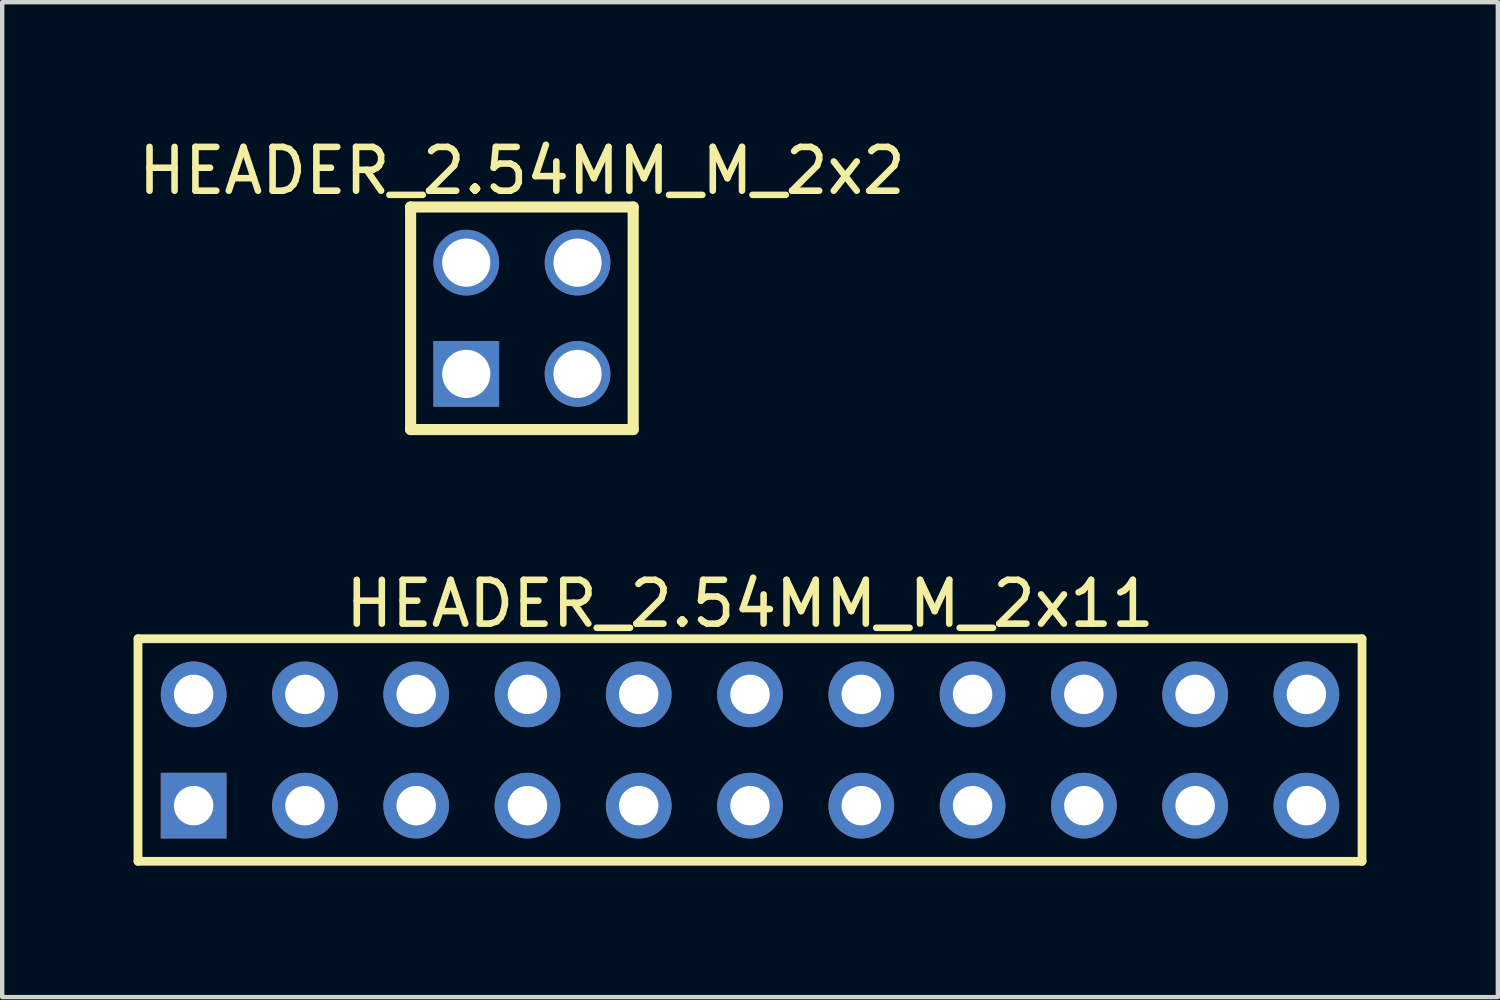
<source format=kicad_pcb>
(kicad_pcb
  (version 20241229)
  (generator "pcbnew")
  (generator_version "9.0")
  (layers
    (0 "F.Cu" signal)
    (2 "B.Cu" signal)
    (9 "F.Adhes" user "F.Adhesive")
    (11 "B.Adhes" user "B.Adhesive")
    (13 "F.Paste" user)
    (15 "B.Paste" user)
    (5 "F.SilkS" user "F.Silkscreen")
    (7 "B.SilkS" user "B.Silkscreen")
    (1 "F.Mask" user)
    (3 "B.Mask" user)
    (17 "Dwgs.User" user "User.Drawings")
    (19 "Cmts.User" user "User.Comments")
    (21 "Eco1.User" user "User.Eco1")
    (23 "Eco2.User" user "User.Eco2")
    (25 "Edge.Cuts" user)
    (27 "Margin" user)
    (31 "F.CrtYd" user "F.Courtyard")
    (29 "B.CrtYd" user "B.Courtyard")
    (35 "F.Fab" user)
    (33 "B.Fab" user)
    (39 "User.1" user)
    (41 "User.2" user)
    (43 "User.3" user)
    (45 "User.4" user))
  (footprint "HEADER_2.54MM_M_2x11"
    (layer "F.Cu")
    (at 14.07 14.07)
    (property "Reference" "HEADER_2.54MM_M_2x11" (at 0.00008 -3.34 0) (layer "F.SilkS") (effects (font (size 1 1) (thickness 0.15))))
    (fp_line (start -13.97 -2.54) (end 13.97 -2.54) (stroke (width 0.2) (type solid)) (layer "F.SilkS"))
    (fp_line (start -13.97 2.54) (end -13.97 -2.54) (stroke (width 0.2) (type solid)) (layer "F.SilkS"))
    (fp_line (start -13.97 2.54) (end 13.97 2.54) (stroke (width 0.2) (type solid)) (layer "F.SilkS"))
    (fp_line (start 13.97 2.54) (end 13.97 -2.54) (stroke (width 0.2) (type solid)) (layer "F.SilkS"))
    (pad "1" thru_hole rect (at -12.7 1.27) (size 1.5 1.5) (drill 0.9) (layers "*.Cu" "*.Mask"))
    (pad "2" thru_hole circle (at -12.7 -1.27) (size 1.5 1.5) (drill 0.9) (layers "*.Cu" "*.Mask"))
    (pad "3" thru_hole circle (at -10.16 1.27) (size 1.5 1.5) (drill 0.9) (layers "*.Cu" "*.Mask"))
    (pad "4" thru_hole circle (at -10.16 -1.27) (size 1.5 1.5) (drill 0.9) (layers "*.Cu" "*.Mask"))
    (pad "5" thru_hole circle (at -7.62 1.27) (size 1.5 1.5) (drill 0.9) (layers "*.Cu" "*.Mask"))
    (pad "6" thru_hole circle (at -7.62 -1.27) (size 1.5 1.5) (drill 0.9) (layers "*.Cu" "*.Mask"))
    (pad "7" thru_hole circle (at -5.08 1.27) (size 1.5 1.5) (drill 0.9) (layers "*.Cu" "*.Mask"))
    (pad "8" thru_hole circle (at -5.08 -1.27) (size 1.5 1.5) (drill 0.9) (layers "*.Cu" "*.Mask"))
    (pad "9" thru_hole circle (at -2.54 1.27) (size 1.5 1.5) (drill 0.9) (layers "*.Cu" "*.Mask"))
    (pad "10" thru_hole circle (at -2.54 -1.27) (size 1.5 1.5) (drill 0.9) (layers "*.Cu" "*.Mask"))
    (pad "11" thru_hole circle (at 0 1.27) (size 1.5 1.5) (drill 0.9) (layers "*.Cu" "*.Mask"))
    (pad "12" thru_hole circle (at 0 -1.27) (size 1.5 1.5) (drill 0.9) (layers "*.Cu" "*.Mask"))
    (pad "13" thru_hole circle (at 2.54 1.27) (size 1.5 1.5) (drill 0.9) (layers "*.Cu" "*.Mask"))
    (pad "14" thru_hole circle (at 2.54 -1.27) (size 1.5 1.5) (drill 0.9) (layers "*.Cu" "*.Mask"))
    (pad "15" thru_hole circle (at 5.08 1.27) (size 1.5 1.5) (drill 0.9) (layers "*.Cu" "*.Mask"))
    (pad "16" thru_hole circle (at 5.08 -1.27) (size 1.5 1.5) (drill 0.9) (layers "*.Cu" "*.Mask"))
    (pad "17" thru_hole circle (at 7.62 1.27) (size 1.5 1.5) (drill 0.9) (layers "*.Cu" "*.Mask"))
    (pad "18" thru_hole circle (at 7.62 -1.27) (size 1.5 1.5) (drill 0.9) (layers "*.Cu" "*.Mask"))
    (pad "19" thru_hole circle (at 10.16 1.27) (size 1.5 1.5) (drill 0.9) (layers "*.Cu" "*.Mask"))
    (pad "20" thru_hole circle (at 10.16 -1.27) (size 1.5 1.5) (drill 0.9) (layers "*.Cu" "*.Mask"))
    (pad "21" thru_hole circle (at 12.7 1.27) (size 1.5 1.5) (drill 0.9) (layers "*.Cu" "*.Mask"))
    (pad "22" thru_hole circle (at 12.7 -1.27) (size 1.5 1.5) (drill 0.9) (layers "*.Cu" "*.Mask")))
  (footprint "HEADER_2.54MM_M_2x2"
    (layer "F.Cu")
    (at 8.863 4.215)
    (property "Reference" "HEADER_2.54MM_M_2x2" (at 0 -3.367 0) (layer "F.SilkS") (effects (font (size 1 1) (thickness 0.15))))
    (fp_line (start -2.54 -2.54) (end 2.54 -2.54) (stroke (width 0.254) (type solid)) (layer "F.SilkS"))
    (fp_line (start -2.54 2.54) (end -2.54 -2.54) (stroke (width 0.254) (type solid)) (layer "F.SilkS"))
    (fp_line (start -2.54 2.54) (end 2.54 2.54) (stroke (width 0.254) (type solid)) (layer "F.SilkS"))
    (fp_line (start 2.54 2.54) (end 2.54 -2.54) (stroke (width 0.254) (type solid)) (layer "F.SilkS"))
    (pad "1" thru_hole rect (at -1.27 1.27) (size 1.5 1.5) (drill 1.1) (layers "*.Cu" "*.Mask"))
    (pad "2" thru_hole circle (at -1.27 -1.27) (size 1.5 1.5) (drill 1.1) (layers "*.Cu" "*.Mask"))
    (pad "3" thru_hole circle (at 1.27 1.27) (size 1.5 1.5) (drill 1.1) (layers "*.Cu" "*.Mask"))
    (pad "4" thru_hole circle (at 1.27 -1.27) (size 1.5 1.5) (drill 1.1) (layers "*.Cu" "*.Mask")))
  (gr_rect
    (start -3 -3)
    (end 31.14 19.71)
    (stroke (width 0.1) (type default))
    (fill no)
    (layer "Edge.Cuts")))
</source>
